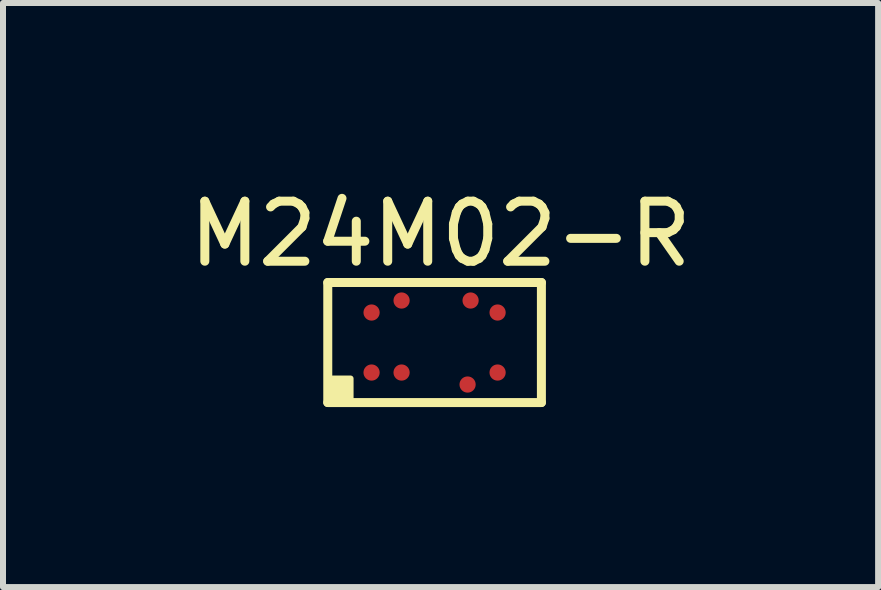
<source format=kicad_pcb>
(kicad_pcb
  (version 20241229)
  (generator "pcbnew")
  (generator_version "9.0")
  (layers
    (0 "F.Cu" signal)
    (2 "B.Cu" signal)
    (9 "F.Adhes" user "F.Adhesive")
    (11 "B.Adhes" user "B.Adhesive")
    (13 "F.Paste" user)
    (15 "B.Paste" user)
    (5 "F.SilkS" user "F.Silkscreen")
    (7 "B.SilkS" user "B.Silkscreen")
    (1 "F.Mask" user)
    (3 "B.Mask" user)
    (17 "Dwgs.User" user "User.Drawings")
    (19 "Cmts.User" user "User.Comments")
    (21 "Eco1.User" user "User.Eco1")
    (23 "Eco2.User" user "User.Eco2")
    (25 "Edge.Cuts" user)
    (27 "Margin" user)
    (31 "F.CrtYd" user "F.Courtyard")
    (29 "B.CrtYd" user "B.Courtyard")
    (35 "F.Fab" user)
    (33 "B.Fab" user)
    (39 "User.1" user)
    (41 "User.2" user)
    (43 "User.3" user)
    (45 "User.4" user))
  (footprint "M24M02-R"
    (layer "F.Cu")
    (at 4.192 2.658)
    (property "Reference" "M24M02-R" (at 0.1 -1.81 0) (layer "F.SilkS") (effects (font (size 1 1) (thickness 0.15))))
    (attr through_hole)
    (fp_line (start -1.78 -1) (end -1.78 1) (stroke (width 0.15) (type solid)) (layer "F.SilkS"))
    (fp_line (start -1.78 1) (end 1.78 1) (stroke (width 0.15) (type solid)) (layer "F.SilkS"))
    (fp_line (start 1.78 -1) (end -1.78 -1) (stroke (width 0.15) (type solid)) (layer "F.SilkS"))
    (fp_line (start 1.78 1) (end 1.78 -1) (stroke (width 0.15) (type solid)) (layer "F.SilkS"))
    (fp_poly (pts (xy -1.4 1) (xy -1.7 1) (xy -1.7 0.6) (xy -1.4 0.6)) (stroke (width 0.1) (type solid)) (fill yes) (layer "F.SilkS"))
    (pad "A2" smd circle (at -1.05 0.5) (size 0.27 0.27) (layers "F.Cu" "F.Mask" "F.Paste"))
    (pad "A3" smd circle (at -1.05 -0.5) (size 0.27 0.27) (layers "F.Cu" "F.Mask" "F.Paste"))
    (pad "B2" smd circle (at -0.55 0.5) (size 0.27 0.27) (layers "F.Cu" "F.Mask" "F.Paste"))
    (pad "B4" smd circle (at -0.55 -0.7) (size 0.27 0.27) (layers "F.Cu" "F.Mask" "F.Paste"))
    (pad "C1" smd circle (at 0.55 0.7) (size 0.27 0.27) (layers "F.Cu" "F.Mask" "F.Paste"))
    (pad "C4" smd circle (at 0.6 -0.7) (size 0.27 0.27) (layers "F.Cu" "F.Mask" "F.Paste"))
    (pad "D2" smd circle (at 1.05 0.5) (size 0.27 0.27) (layers "F.Cu" "F.Mask" "F.Paste"))
    (pad "D3" smd circle (at 1.05 -0.5) (size 0.27 0.27) (layers "F.Cu" "F.Mask" "F.Paste")))
  (gr_rect
    (start -3 -3)
    (end 11.583 6.733)
    (stroke (width 0.1) (type default))
    (fill no)
    (layer "Edge.Cuts")))
</source>
